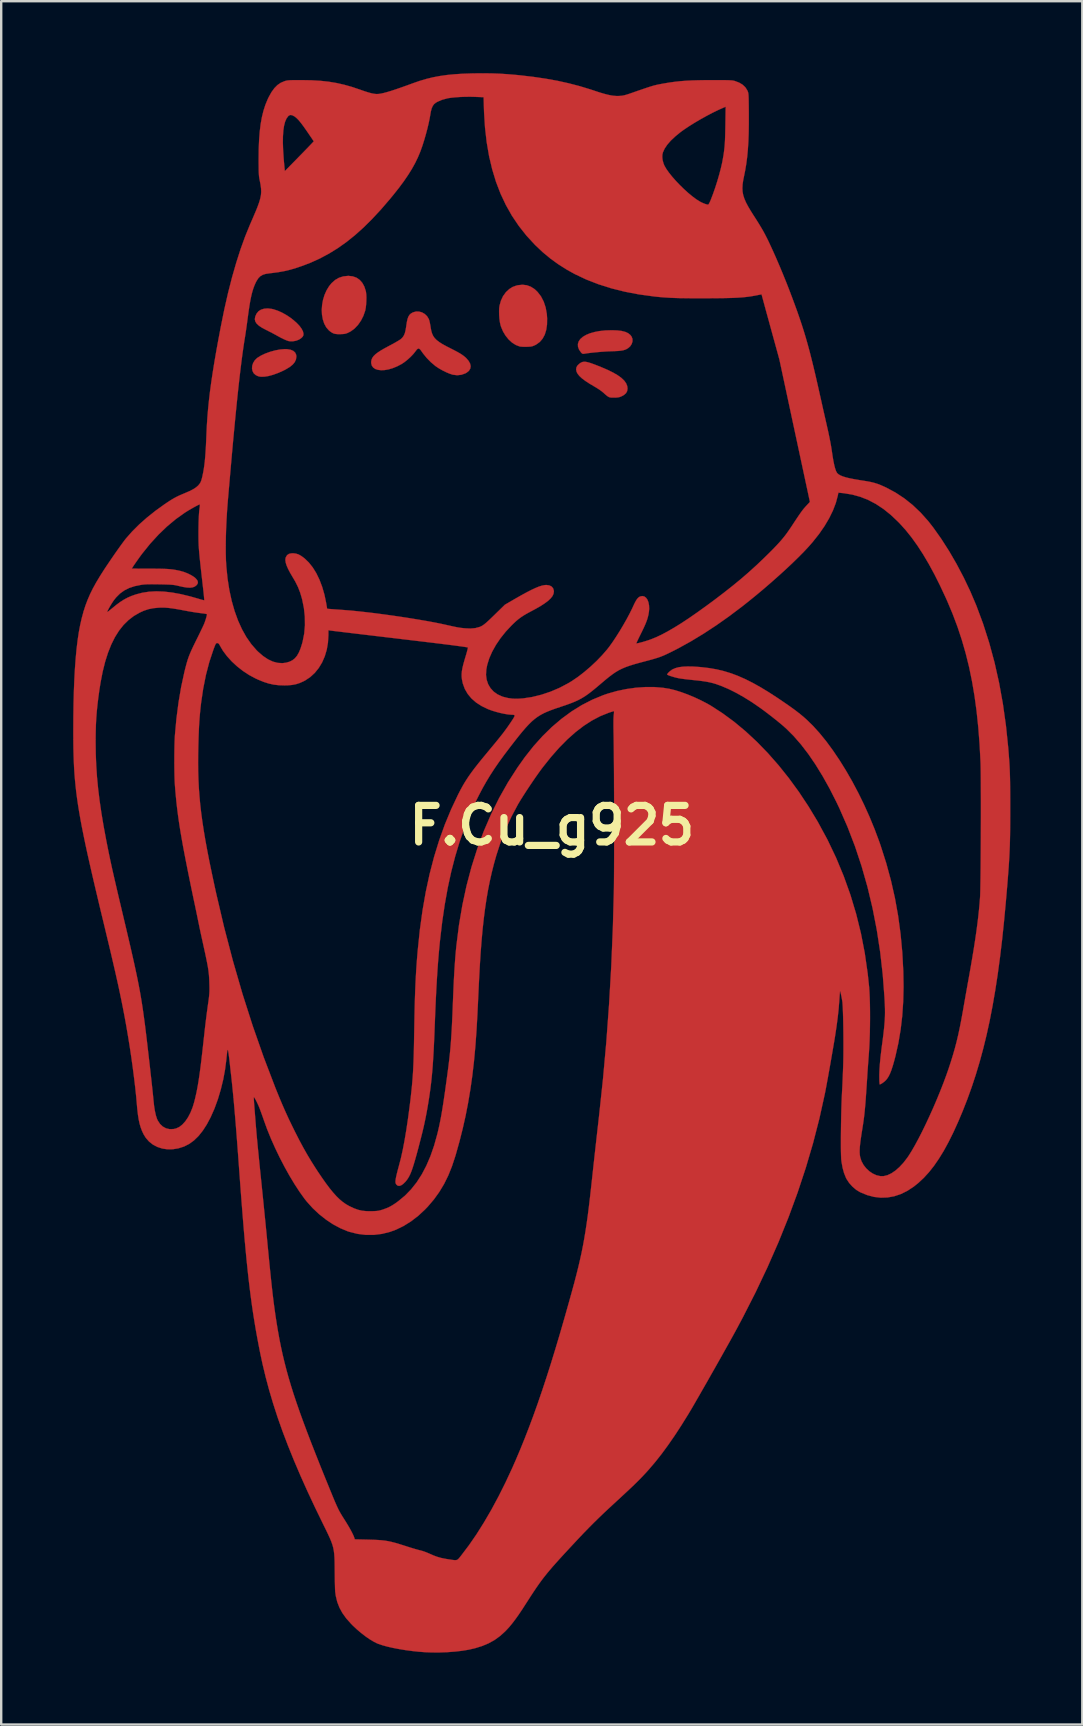
<source format=kicad_pcb>
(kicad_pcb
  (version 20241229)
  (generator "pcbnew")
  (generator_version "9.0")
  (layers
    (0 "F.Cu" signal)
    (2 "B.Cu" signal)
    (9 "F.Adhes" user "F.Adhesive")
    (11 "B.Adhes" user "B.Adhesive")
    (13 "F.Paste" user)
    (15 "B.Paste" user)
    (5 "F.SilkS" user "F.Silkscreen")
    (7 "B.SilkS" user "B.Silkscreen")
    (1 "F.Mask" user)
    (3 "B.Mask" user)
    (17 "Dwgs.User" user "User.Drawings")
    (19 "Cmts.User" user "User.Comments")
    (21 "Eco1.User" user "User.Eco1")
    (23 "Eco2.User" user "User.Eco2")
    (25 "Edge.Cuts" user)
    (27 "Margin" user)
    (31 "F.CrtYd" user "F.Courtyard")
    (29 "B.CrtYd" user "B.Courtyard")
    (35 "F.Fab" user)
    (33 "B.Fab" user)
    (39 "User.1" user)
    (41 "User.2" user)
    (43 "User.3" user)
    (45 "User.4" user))
  (footprint "F.Cu_g925"
    (layer "F.Cu")
    (at 19.949 31.35)
    (property "Reference" "F.Cu_g925" (at 0 0 0) (layer "F.SilkS") (effects (font (size 1.524 1.524) (thickness 0.3))))
    (attr through_hole)
    (fp_poly (pts (xy -11.034 -19.848) (xy -10.887 -19.824) (xy -10.775 -19.776) (xy -10.697 -19.705) (xy -10.655 -19.612) (xy -10.647 -19.534) (xy -10.665 -19.416) (xy -10.717 -19.306) (xy -10.805 -19.201) (xy -10.932 -19.1) (xy -11.099 -19) (xy -11.183 -18.957) (xy -11.404 -18.858) (xy -11.613 -18.782) (xy -11.807 -18.729) (xy -11.98 -18.701) (xy -12.129 -18.699) (xy -12.206 -18.71) (xy -12.27 -18.733) (xy -12.337 -18.767) (xy -12.343 -18.77) (xy -12.425 -18.843) (xy -12.475 -18.938) (xy -12.496 -19.046) (xy -12.486 -19.161) (xy -12.448 -19.275) (xy -12.381 -19.383) (xy -12.287 -19.476) (xy -12.276 -19.485) (xy -12.121 -19.581) (xy -11.938 -19.667) (xy -11.736 -19.74) (xy -11.527 -19.797) (xy -11.321 -19.835) (xy -11.131 -19.851) (xy -11.034 -19.848)) (stroke (width 0.01) (type solid)) (fill yes) (layer "F.Cu"))
    (fp_poly (pts (xy 2.718 -20.63) (xy 2.905 -20.608) (xy 3.058 -20.569) (xy 3.179 -20.514) (xy 3.271 -20.44) (xy 3.322 -20.374) (xy 3.36 -20.276) (xy 3.361 -20.17) (xy 3.328 -20.064) (xy 3.265 -19.967) (xy 3.178 -19.891) (xy 3.115 -19.853) (xy 3.05 -19.824) (xy 2.976 -19.802) (xy 2.885 -19.786) (xy 2.772 -19.774) (xy 2.629 -19.767) (xy 2.477 -19.761) (xy 2.292 -19.754) (xy 2.087 -19.74) (xy 1.876 -19.722) (xy 1.67 -19.701) (xy 1.481 -19.678) (xy 1.329 -19.654) (xy 1.284 -19.656) (xy 1.242 -19.683) (xy 1.215 -19.712) (xy 1.132 -19.834) (xy 1.09 -19.952) (xy 1.086 -20.064) (xy 1.119 -20.171) (xy 1.187 -20.27) (xy 1.288 -20.359) (xy 1.421 -20.439) (xy 1.583 -20.507) (xy 1.774 -20.562) (xy 1.99 -20.603) (xy 2.231 -20.629) (xy 2.493 -20.637) (xy 2.718 -20.63)) (stroke (width 0.01) (type solid)) (fill yes) (layer "F.Cu"))
    (fp_poly (pts (xy -11.666 -21.525) (xy -11.591 -21.507) (xy -11.421 -21.45) (xy -11.248 -21.373) (xy -11.079 -21.279) (xy -10.916 -21.173) (xy -10.766 -21.058) (xy -10.632 -20.939) (xy -10.518 -20.819) (xy -10.431 -20.701) (xy -10.373 -20.59) (xy -10.351 -20.489) (xy -10.351 -20.481) (xy -10.357 -20.423) (xy -10.38 -20.376) (xy -10.43 -20.322) (xy -10.431 -20.321) (xy -10.534 -20.249) (xy -10.662 -20.199) (xy -10.8 -20.175) (xy -10.935 -20.179) (xy -10.975 -20.187) (xy -11.056 -20.214) (xy -11.162 -20.26) (xy -11.285 -20.32) (xy -11.415 -20.39) (xy -11.441 -20.405) (xy -11.535 -20.457) (xy -11.652 -20.52) (xy -11.779 -20.585) (xy -11.9 -20.646) (xy -11.91 -20.651) (xy -12.081 -20.742) (xy -12.212 -20.829) (xy -12.304 -20.915) (xy -12.359 -21.003) (xy -12.379 -21.096) (xy -12.364 -21.197) (xy -12.318 -21.307) (xy -12.305 -21.33) (xy -12.227 -21.427) (xy -12.12 -21.495) (xy -11.988 -21.535) (xy -11.835 -21.546) (xy -11.666 -21.525)) (stroke (width 0.01) (type solid)) (fill yes) (layer "F.Cu"))
    (fp_poly (pts (xy -8.299 -22.883) (xy -8.144 -22.828) (xy -8.011 -22.737) (xy -7.9 -22.613) (xy -7.814 -22.456) (xy -7.754 -22.27) (xy -7.746 -22.23) (xy -7.734 -22.13) (xy -7.729 -22.001) (xy -7.732 -21.858) (xy -7.74 -21.713) (xy -7.755 -21.579) (xy -7.774 -21.47) (xy -7.779 -21.452) (xy -7.853 -21.238) (xy -7.954 -21.039) (xy -8.077 -20.862) (xy -8.218 -20.712) (xy -8.373 -20.596) (xy -8.441 -20.559) (xy -8.52 -20.521) (xy -8.585 -20.497) (xy -8.649 -20.484) (xy -8.729 -20.477) (xy -8.803 -20.475) (xy -8.934 -20.475) (xy -9.032 -20.485) (xy -9.096 -20.502) (xy -9.16 -20.534) (xy -9.236 -20.585) (xy -9.291 -20.63) (xy -9.401 -20.756) (xy -9.485 -20.91) (xy -9.544 -21.087) (xy -9.579 -21.28) (xy -9.589 -21.484) (xy -9.574 -21.694) (xy -9.536 -21.904) (xy -9.474 -22.108) (xy -9.389 -22.3) (xy -9.281 -22.476) (xy -9.183 -22.596) (xy -9.034 -22.73) (xy -8.871 -22.824) (xy -8.692 -22.881) (xy -8.493 -22.902) (xy -8.473 -22.902) (xy -8.299 -22.883)) (stroke (width 0.01) (type solid)) (fill yes) (layer "F.Cu"))
    (fp_poly (pts (xy -1.044 -22.512) (xy -0.875 -22.45) (xy -0.716 -22.348) (xy -0.595 -22.233) (xy -0.451 -22.045) (xy -0.339 -21.828) (xy -0.258 -21.585) (xy -0.21 -21.316) (xy -0.197 -21.135) (xy -0.201 -20.878) (xy -0.234 -20.65) (xy -0.296 -20.451) (xy -0.387 -20.284) (xy -0.505 -20.147) (xy -0.652 -20.041) (xy -0.69 -20.021) (xy -0.76 -19.989) (xy -0.819 -19.968) (xy -0.884 -19.956) (xy -0.967 -19.95) (xy -1.044 -19.947) (xy -1.145 -19.946) (xy -1.24 -19.95) (xy -1.315 -19.956) (xy -1.342 -19.961) (xy -1.503 -20.023) (xy -1.658 -20.121) (xy -1.801 -20.252) (xy -1.929 -20.41) (xy -2.037 -20.591) (xy -2.119 -20.788) (xy -2.138 -20.85) (xy -2.165 -20.971) (xy -2.185 -21.118) (xy -2.196 -21.276) (xy -2.199 -21.432) (xy -2.193 -21.571) (xy -2.181 -21.658) (xy -2.122 -21.87) (xy -2.034 -22.058) (xy -1.918 -22.218) (xy -1.903 -22.234) (xy -1.773 -22.354) (xy -1.637 -22.44) (xy -1.481 -22.497) (xy -1.413 -22.513) (xy -1.224 -22.533) (xy -1.044 -22.512)) (stroke (width 0.01) (type solid)) (fill yes) (layer "F.Cu"))
    (fp_poly (pts (xy 1.416 -19.32) (xy 1.503 -19.302) (xy 1.611 -19.27) (xy 1.744 -19.223) (xy 1.907 -19.16) (xy 2.064 -19.097) (xy 2.334 -18.981) (xy 2.563 -18.867) (xy 2.752 -18.756) (xy 2.904 -18.645) (xy 3.018 -18.535) (xy 3.097 -18.423) (xy 3.142 -18.309) (xy 3.154 -18.207) (xy 3.139 -18.102) (xy 3.092 -18.015) (xy 3.008 -17.941) (xy 2.935 -17.898) (xy 2.862 -17.865) (xy 2.795 -17.844) (xy 2.716 -17.833) (xy 2.628 -17.828) (xy 2.511 -17.828) (xy 2.427 -17.837) (xy 2.375 -17.853) (xy 2.326 -17.883) (xy 2.261 -17.933) (xy 2.19 -17.995) (xy 2.174 -18.011) (xy 2.078 -18.092) (xy 1.952 -18.181) (xy 1.807 -18.271) (xy 1.784 -18.284) (xy 1.571 -18.41) (xy 1.395 -18.526) (xy 1.255 -18.631) (xy 1.149 -18.729) (xy 1.075 -18.821) (xy 1.03 -18.909) (xy 1.013 -18.996) (xy 1.012 -19.006) (xy 1.026 -19.095) (xy 1.074 -19.174) (xy 1.159 -19.251) (xy 1.18 -19.266) (xy 1.232 -19.296) (xy 1.285 -19.316) (xy 1.345 -19.324) (xy 1.416 -19.32)) (stroke (width 0.01) (type solid)) (fill yes) (layer "F.Cu"))
    (fp_poly (pts (xy -5.535 -21.415) (xy -5.41 -21.38) (xy -5.296 -21.314) (xy -5.2 -21.222) (xy -5.129 -21.106) (xy -5.113 -21.062) (xy -5.096 -20.998) (xy -5.077 -20.908) (xy -5.058 -20.805) (xy -5.05 -20.749) (xy -5.026 -20.617) (xy -4.993 -20.503) (xy -4.948 -20.403) (xy -4.886 -20.313) (xy -4.803 -20.229) (xy -4.696 -20.146) (xy -4.561 -20.06) (xy -4.392 -19.967) (xy -4.233 -19.886) (xy -4.066 -19.801) (xy -3.93 -19.729) (xy -3.822 -19.667) (xy -3.734 -19.61) (xy -3.66 -19.555) (xy -3.594 -19.499) (xy -3.57 -19.477) (xy -3.468 -19.359) (xy -3.406 -19.245) (xy -3.383 -19.137) (xy -3.4 -19.036) (xy -3.457 -18.945) (xy -3.554 -18.867) (xy -3.605 -18.839) (xy -3.771 -18.78) (xy -3.946 -18.762) (xy -4.125 -18.783) (xy -4.137 -18.786) (xy -4.261 -18.827) (xy -4.405 -18.888) (xy -4.557 -18.963) (xy -4.705 -19.047) (xy -4.835 -19.133) (xy -4.861 -19.153) (xy -5.044 -19.307) (xy -5.217 -19.484) (xy -5.367 -19.669) (xy -5.41 -19.73) (xy -5.471 -19.816) (xy -5.521 -19.864) (xy -5.565 -19.875) (xy -5.61 -19.849) (xy -5.662 -19.788) (xy -5.682 -19.76) (xy -5.77 -19.649) (xy -5.884 -19.529) (xy -6.013 -19.411) (xy -6.144 -19.307) (xy -6.258 -19.231) (xy -6.444 -19.133) (xy -6.627 -19.058) (xy -6.802 -19.006) (xy -6.966 -18.977) (xy -7.116 -18.971) (xy -7.248 -18.986) (xy -7.359 -19.023) (xy -7.445 -19.082) (xy -7.503 -19.163) (xy -7.529 -19.264) (xy -7.529 -19.33) (xy -7.514 -19.41) (xy -7.482 -19.485) (xy -7.429 -19.559) (xy -7.352 -19.635) (xy -7.248 -19.714) (xy -7.114 -19.801) (xy -6.947 -19.897) (xy -6.751 -20.002) (xy -6.628 -20.067) (xy -6.512 -20.132) (xy -6.41 -20.192) (xy -6.33 -20.242) (xy -6.281 -20.278) (xy -6.279 -20.279) (xy -6.215 -20.346) (xy -6.164 -20.424) (xy -6.125 -20.519) (xy -6.095 -20.641) (xy -6.069 -20.797) (xy -6.066 -20.824) (xy -6.041 -20.985) (xy -6.013 -21.11) (xy -5.978 -21.205) (xy -5.933 -21.277) (xy -5.875 -21.332) (xy -5.8 -21.375) (xy -5.789 -21.381) (xy -5.664 -21.416) (xy -5.535 -21.415)) (stroke (width 0.01) (type solid)) (fill yes) (layer "F.Cu"))
    (fp_poly (pts (xy 5.889 -6.62) (xy 6.155 -6.602) (xy 6.255 -6.593) (xy 6.568 -6.555) (xy 6.871 -6.502) (xy 7.168 -6.431) (xy 7.463 -6.341) (xy 7.759 -6.23) (xy 8.063 -6.096) (xy 8.376 -5.938) (xy 8.705 -5.754) (xy 9.053 -5.542) (xy 9.424 -5.301) (xy 9.493 -5.254) (xy 9.725 -5.096) (xy 9.926 -4.956) (xy 10.101 -4.83) (xy 10.255 -4.713) (xy 10.393 -4.603) (xy 10.521 -4.495) (xy 10.604 -4.421) (xy 10.882 -4.151) (xy 11.161 -3.842) (xy 11.441 -3.497) (xy 11.718 -3.12) (xy 11.992 -2.714) (xy 12.26 -2.282) (xy 12.521 -1.828) (xy 12.772 -1.354) (xy 13.011 -0.865) (xy 13.237 -0.363) (xy 13.448 0.149) (xy 13.642 0.667) (xy 13.705 0.848) (xy 13.937 1.576) (xy 14.134 2.301) (xy 14.299 3.03) (xy 14.431 3.767) (xy 14.533 4.52) (xy 14.605 5.292) (xy 14.647 6.076) (xy 14.658 6.726) (xy 14.643 7.346) (xy 14.603 7.941) (xy 14.536 8.513) (xy 14.443 9.067) (xy 14.322 9.608) (xy 14.267 9.817) (xy 14.206 10.03) (xy 14.148 10.206) (xy 14.091 10.35) (xy 14.033 10.466) (xy 13.971 10.56) (xy 13.926 10.615) (xy 13.867 10.671) (xy 13.799 10.724) (xy 13.734 10.767) (xy 13.682 10.792) (xy 13.665 10.795) (xy 13.66 10.775) (xy 13.655 10.723) (xy 13.65 10.648) (xy 13.649 10.61) (xy 13.647 10.408) (xy 13.655 10.177) (xy 13.674 9.914) (xy 13.703 9.617) (xy 13.743 9.282) (xy 13.757 9.176) (xy 13.793 8.907) (xy 13.822 8.674) (xy 13.845 8.47) (xy 13.862 8.288) (xy 13.875 8.122) (xy 13.882 7.964) (xy 13.885 7.81) (xy 13.884 7.652) (xy 13.879 7.483) (xy 13.87 7.298) (xy 13.864 7.183) (xy 13.791 6.22) (xy 13.684 5.275) (xy 13.542 4.351) (xy 13.366 3.448) (xy 13.156 2.566) (xy 12.912 1.708) (xy 12.635 0.873) (xy 12.324 0.063) (xy 11.981 -0.721) (xy 11.854 -0.987) (xy 11.57 -1.545) (xy 11.281 -2.062) (xy 10.988 -2.538) (xy 10.691 -2.973) (xy 10.389 -3.367) (xy 10.083 -3.719) (xy 9.774 -4.029) (xy 9.721 -4.076) (xy 9.602 -4.181) (xy 9.455 -4.303) (xy 9.289 -4.437) (xy 9.112 -4.576) (xy 8.93 -4.715) (xy 8.753 -4.847) (xy 8.678 -4.901) (xy 8.34 -5.134) (xy 8.003 -5.344) (xy 7.671 -5.531) (xy 7.35 -5.69) (xy 7.045 -5.819) (xy 6.802 -5.904) (xy 6.683 -5.938) (xy 6.559 -5.967) (xy 6.422 -5.993) (xy 6.266 -6.016) (xy 6.082 -6.039) (xy 5.865 -6.061) (xy 5.831 -6.065) (xy 5.697 -6.079) (xy 5.562 -6.094) (xy 5.44 -6.11) (xy 5.341 -6.124) (xy 5.302 -6.131) (xy 5.207 -6.151) (xy 5.106 -6.177) (xy 5.007 -6.206) (xy 4.92 -6.234) (xy 4.852 -6.26) (xy 4.812 -6.28) (xy 4.805 -6.289) (xy 4.821 -6.324) (xy 4.864 -6.373) (xy 4.923 -6.427) (xy 4.99 -6.478) (xy 5.036 -6.506) (xy 5.153 -6.556) (xy 5.293 -6.593) (xy 5.461 -6.615) (xy 5.658 -6.624) (xy 5.889 -6.62)) (stroke (width 0.01) (type solid)) (fill yes) (layer "F.Cu"))
    (fp_poly (pts (xy -2.51 -31.341) (xy -2.174 -31.329) (xy -1.835 -31.307) (xy -1.481 -31.277) (xy -1.323 -31.261) (xy -0.773 -31.197) (xy -0.257 -31.121) (xy 0.232 -31.033) (xy 0.701 -30.929) (xy 1.156 -30.811) (xy 1.604 -30.675) (xy 1.743 -30.629) (xy 1.966 -30.555) (xy 2.156 -30.498) (xy 2.319 -30.455) (xy 2.461 -30.425) (xy 2.587 -30.407) (xy 2.703 -30.399) (xy 2.806 -30.401) (xy 2.884 -30.406) (xy 2.956 -30.416) (xy 3.031 -30.432) (xy 3.119 -30.456) (xy 3.229 -30.492) (xy 3.345 -30.532) (xy 3.559 -30.607) (xy 3.738 -30.668) (xy 3.886 -30.719) (xy 4.009 -30.76) (xy 4.112 -30.793) (xy 4.199 -30.819) (xy 4.276 -30.841) (xy 4.347 -30.858) (xy 4.417 -30.874) (xy 4.491 -30.888) (xy 4.498 -30.89) (xy 4.723 -30.931) (xy 4.938 -30.966) (xy 5.149 -30.994) (xy 5.363 -31.017) (xy 5.586 -31.034) (xy 5.825 -31.047) (xy 6.088 -31.055) (xy 6.379 -31.06) (xy 6.678 -31.061) (xy 6.89 -31.061) (xy 7.065 -31.061) (xy 7.206 -31.06) (xy 7.318 -31.058) (xy 7.407 -31.055) (xy 7.475 -31.051) (xy 7.529 -31.045) (xy 7.572 -31.038) (xy 7.609 -31.029) (xy 7.63 -31.023) (xy 7.809 -30.955) (xy 7.951 -30.87) (xy 8.062 -30.765) (xy 8.144 -30.638) (xy 8.153 -30.618) (xy 8.166 -30.59) (xy 8.175 -30.563) (xy 8.184 -30.532) (xy 8.19 -30.492) (xy 8.195 -30.439) (xy 8.199 -30.369) (xy 8.202 -30.278) (xy 8.204 -30.161) (xy 8.206 -30.013) (xy 8.208 -29.832) (xy 8.209 -29.654) (xy 8.209 -29.231) (xy 8.203 -28.844) (xy 8.19 -28.49) (xy 8.169 -28.164) (xy 8.141 -27.861) (xy 8.104 -27.576) (xy 8.059 -27.305) (xy 8.013 -27.077) (xy 7.974 -26.884) (xy 7.95 -26.714) (xy 7.941 -26.558) (xy 7.949 -26.411) (xy 7.976 -26.267) (xy 8.023 -26.12) (xy 8.091 -25.963) (xy 8.182 -25.791) (xy 8.298 -25.596) (xy 8.402 -25.431) (xy 8.53 -25.232) (xy 8.637 -25.06) (xy 8.729 -24.908) (xy 8.81 -24.768) (xy 8.883 -24.633) (xy 8.954 -24.495) (xy 9.027 -24.347) (xy 9.06 -24.277) (xy 9.199 -23.977) (xy 9.346 -23.648) (xy 9.495 -23.302) (xy 9.641 -22.951) (xy 9.78 -22.607) (xy 9.88 -22.352) (xy 10.006 -22.02) (xy 10.121 -21.711) (xy 10.227 -21.419) (xy 10.324 -21.139) (xy 10.415 -20.868) (xy 10.501 -20.599) (xy 10.583 -20.327) (xy 10.662 -20.049) (xy 10.741 -19.759) (xy 10.819 -19.452) (xy 10.9 -19.124) (xy 10.984 -18.769) (xy 11.073 -18.382) (xy 11.168 -17.959) (xy 11.175 -17.928) (xy 11.222 -17.719) (xy 11.272 -17.494) (xy 11.324 -17.263) (xy 11.376 -17.036) (xy 11.424 -16.824) (xy 11.466 -16.638) (xy 11.483 -16.563) (xy 11.522 -16.389) (xy 11.559 -16.21) (xy 11.595 -16.034) (xy 11.625 -15.872) (xy 11.649 -15.734) (xy 11.663 -15.642) (xy 11.7 -15.392) (xy 11.735 -15.182) (xy 11.771 -15.01) (xy 11.807 -14.873) (xy 11.843 -14.771) (xy 11.881 -14.699) (xy 11.9 -14.675) (xy 11.956 -14.627) (xy 12.033 -14.583) (xy 12.134 -14.542) (xy 12.263 -14.502) (xy 12.423 -14.464) (xy 12.618 -14.426) (xy 12.85 -14.387) (xy 12.939 -14.373) (xy 13.133 -14.342) (xy 13.295 -14.311) (xy 13.437 -14.276) (xy 13.568 -14.235) (xy 13.7 -14.185) (xy 13.843 -14.122) (xy 13.938 -14.078) (xy 14.323 -13.871) (xy 14.689 -13.63) (xy 15.036 -13.353) (xy 15.367 -13.039) (xy 15.683 -12.686) (xy 15.893 -12.418) (xy 16.229 -11.943) (xy 16.555 -11.434) (xy 16.867 -10.896) (xy 17.162 -10.336) (xy 17.436 -9.761) (xy 17.685 -9.177) (xy 17.69 -9.165) (xy 17.974 -8.402) (xy 18.227 -7.611) (xy 18.449 -6.792) (xy 18.639 -5.944) (xy 18.798 -5.067) (xy 18.925 -4.163) (xy 19.021 -3.23) (xy 19.027 -3.154) (xy 19.042 -2.964) (xy 19.055 -2.79) (xy 19.067 -2.627) (xy 19.076 -2.469) (xy 19.083 -2.311) (xy 19.089 -2.149) (xy 19.094 -1.977) (xy 19.098 -1.79) (xy 19.1 -1.583) (xy 19.102 -1.35) (xy 19.103 -1.087) (xy 19.103 -0.788) (xy 19.103 -0.699) (xy 19.103 -0.384) (xy 19.102 -0.099) (xy 19.1 0.161) (xy 19.097 0.402) (xy 19.092 0.629) (xy 19.086 0.847) (xy 19.077 1.062) (xy 19.067 1.278) (xy 19.054 1.501) (xy 19.039 1.737) (xy 19.02 1.99) (xy 18.999 2.265) (xy 18.974 2.569) (xy 18.945 2.905) (xy 18.922 3.175) (xy 18.846 3.989) (xy 18.765 4.763) (xy 18.677 5.501) (xy 18.582 6.204) (xy 18.479 6.875) (xy 18.368 7.517) (xy 18.249 8.133) (xy 18.12 8.724) (xy 17.981 9.293) (xy 17.832 9.844) (xy 17.672 10.378) (xy 17.501 10.898) (xy 17.318 11.407) (xy 17.122 11.907) (xy 16.939 12.34) (xy 16.737 12.785) (xy 16.536 13.19) (xy 16.336 13.557) (xy 16.133 13.888) (xy 15.928 14.186) (xy 15.718 14.452) (xy 15.502 14.688) (xy 15.279 14.897) (xy 15.085 15.053) (xy 14.818 15.229) (xy 14.546 15.363) (xy 14.269 15.456) (xy 13.99 15.506) (xy 13.707 15.515) (xy 13.423 15.482) (xy 13.137 15.406) (xy 12.851 15.288) (xy 12.848 15.287) (xy 12.684 15.187) (xy 12.529 15.055) (xy 12.391 14.901) (xy 12.282 14.735) (xy 12.259 14.69) (xy 12.179 14.493) (xy 12.118 14.273) (xy 12.073 14.022) (xy 12.063 13.943) (xy 12.057 13.863) (xy 12.053 13.747) (xy 12.049 13.597) (xy 12.047 13.42) (xy 12.047 13.22) (xy 12.047 13.002) (xy 12.049 12.77) (xy 12.052 12.53) (xy 12.056 12.286) (xy 12.061 12.043) (xy 12.067 11.807) (xy 12.074 11.581) (xy 12.082 11.371) (xy 12.091 11.181) (xy 12.095 11.095) (xy 12.106 10.899) (xy 12.116 10.677) (xy 12.126 10.441) (xy 12.135 10.206) (xy 12.143 9.987) (xy 12.146 9.867) (xy 12.15 9.688) (xy 12.152 9.49) (xy 12.153 9.275) (xy 12.153 9.051) (xy 12.152 8.82) (xy 12.15 8.59) (xy 12.147 8.364) (xy 12.143 8.148) (xy 12.138 7.946) (xy 12.132 7.764) (xy 12.126 7.607) (xy 12.119 7.48) (xy 12.112 7.387) (xy 12.108 7.355) (xy 12.093 7.258) (xy 12.075 7.159) (xy 12.056 7.066) (xy 12.038 6.987) (xy 12.023 6.931) (xy 12.013 6.905) (xy 12.011 6.905) (xy 12.007 6.928) (xy 12.002 6.985) (xy 11.995 7.072) (xy 11.987 7.18) (xy 11.98 7.293) (xy 11.954 7.632) (xy 11.914 8.004) (xy 11.861 8.405) (xy 11.797 8.826) (xy 11.779 8.936) (xy 11.734 9.201) (xy 11.687 9.473) (xy 11.64 9.745) (xy 11.593 10.013) (xy 11.547 10.271) (xy 11.504 10.513) (xy 11.463 10.734) (xy 11.427 10.929) (xy 11.396 11.092) (xy 11.375 11.197) (xy 11.149 12.22) (xy 10.886 13.243) (xy 10.584 14.268) (xy 10.244 15.296) (xy 9.865 16.328) (xy 9.447 17.365) (xy 8.989 18.408) (xy 8.491 19.459) (xy 7.952 20.518) (xy 7.73 20.934) (xy 7.651 21.08) (xy 7.555 21.255) (xy 7.445 21.454) (xy 7.323 21.673) (xy 7.191 21.908) (xy 7.053 22.155) (xy 6.909 22.41) (xy 6.763 22.669) (xy 6.616 22.927) (xy 6.472 23.182) (xy 6.331 23.428) (xy 6.197 23.662) (xy 6.072 23.88) (xy 5.958 24.078) (xy 5.858 24.251) (xy 5.772 24.396) (xy 5.705 24.508) (xy 5.697 24.522) (xy 5.405 24.992) (xy 5.123 25.424) (xy 4.849 25.821) (xy 4.581 26.186) (xy 4.317 26.521) (xy 4.054 26.83) (xy 3.922 26.977) (xy 3.82 27.086) (xy 3.717 27.194) (xy 3.609 27.304) (xy 3.493 27.419) (xy 3.364 27.544) (xy 3.218 27.682) (xy 3.052 27.837) (xy 2.862 28.013) (xy 2.667 28.193) (xy 2.406 28.434) (xy 2.171 28.654) (xy 1.954 28.862) (xy 1.748 29.064) (xy 1.546 29.267) (xy 1.341 29.478) (xy 1.125 29.705) (xy 0.945 29.898) (xy 0.715 30.145) (xy 0.512 30.364) (xy 0.332 30.561) (xy 0.173 30.738) (xy 0.03 30.899) (xy -0.098 31.049) (xy -0.215 31.19) (xy -0.324 31.327) (xy -0.428 31.463) (xy -0.529 31.602) (xy -0.631 31.748) (xy -0.737 31.905) (xy -0.85 32.076) (xy -0.972 32.265) (xy -1.09 32.448) (xy -1.251 32.698) (xy -1.397 32.914) (xy -1.531 33.101) (xy -1.656 33.264) (xy -1.775 33.408) (xy -1.893 33.537) (xy -1.947 33.592) (xy -2.159 33.784) (xy -2.386 33.948) (xy -2.631 34.085) (xy -2.901 34.199) (xy -3.2 34.292) (xy -3.464 34.353) (xy -3.736 34.398) (xy -4.039 34.433) (xy -4.361 34.457) (xy -4.693 34.469) (xy -5.024 34.468) (xy -5.264 34.459) (xy -5.534 34.439) (xy -5.811 34.41) (xy -6.088 34.373) (xy -6.357 34.329) (xy -6.613 34.28) (xy -6.848 34.227) (xy -7.056 34.17) (xy -7.23 34.111) (xy -7.27 34.096) (xy -7.418 34.023) (xy -7.586 33.923) (xy -7.765 33.799) (xy -7.949 33.657) (xy -8.13 33.503) (xy -8.303 33.341) (xy -8.371 33.271) (xy -8.57 33.047) (xy -8.73 32.824) (xy -8.853 32.598) (xy -8.944 32.362) (xy -9.005 32.11) (xy -9.029 31.941) (xy -9.032 31.887) (xy -9.036 31.796) (xy -9.039 31.676) (xy -9.043 31.532) (xy -9.045 31.371) (xy -9.047 31.199) (xy -9.048 31.105) (xy -9.05 30.873) (xy -9.053 30.676) (xy -9.059 30.507) (xy -9.07 30.359) (xy -9.087 30.227) (xy -9.111 30.102) (xy -9.145 29.98) (xy -9.19 29.853) (xy -9.247 29.715) (xy -9.318 29.559) (xy -9.404 29.379) (xy -9.508 29.169) (xy -9.519 29.146) (xy -9.865 28.434) (xy -10.185 27.751) (xy -10.479 27.094) (xy -10.75 26.46) (xy -10.997 25.848) (xy -11.223 25.253) (xy -11.428 24.673) (xy -11.612 24.105) (xy -11.778 23.546) (xy -11.926 22.993) (xy -12.058 22.443) (xy -12.159 21.97) (xy -12.223 21.643) (xy -12.284 21.319) (xy -12.342 20.996) (xy -12.396 20.672) (xy -12.448 20.343) (xy -12.498 20.006) (xy -12.545 19.659) (xy -12.591 19.299) (xy -12.636 18.923) (xy -12.679 18.528) (xy -12.722 18.113) (xy -12.764 17.673) (xy -12.807 17.206) (xy -12.849 16.709) (xy -12.892 16.18) (xy -12.936 15.616) (xy -12.982 15.014) (xy -13.007 14.668) (xy -13.041 14.202) (xy -13.072 13.774) (xy -13.102 13.382) (xy -13.129 13.022) (xy -13.155 12.692) (xy -13.179 12.387) (xy -13.203 12.105) (xy -13.225 11.843) (xy -13.247 11.596) (xy -13.268 11.363) (xy -13.27 11.35) (xy -12.423 11.35) (xy -12.422 11.38) (xy -12.42 11.427) (xy -12.415 11.494) (xy -12.409 11.586) (xy -12.4 11.706) (xy -12.388 11.858) (xy -12.373 12.046) (xy -12.36 12.213) (xy -12.347 12.38) (xy -12.334 12.543) (xy -12.32 12.704) (xy -12.306 12.869) (xy -12.29 13.042) (xy -12.273 13.225) (xy -12.254 13.425) (xy -12.232 13.643) (xy -12.208 13.886) (xy -12.181 14.157) (xy -12.15 14.459) (xy -12.115 14.797) (xy -12.097 14.975) (xy -12.068 15.258) (xy -12.036 15.57) (xy -12.003 15.9) (xy -11.969 16.239) (xy -11.935 16.578) (xy -11.903 16.905) (xy -11.873 17.211) (xy -11.847 17.486) (xy -11.843 17.526) (xy -11.804 17.931) (xy -11.768 18.298) (xy -11.734 18.63) (xy -11.703 18.932) (xy -11.673 19.207) (xy -11.645 19.459) (xy -11.617 19.692) (xy -11.59 19.91) (xy -11.562 20.117) (xy -11.534 20.316) (xy -11.525 20.384) (xy -11.472 20.731) (xy -11.416 21.068) (xy -11.357 21.396) (xy -11.293 21.717) (xy -11.224 22.036) (xy -11.148 22.355) (xy -11.066 22.677) (xy -10.975 23.005) (xy -10.875 23.342) (xy -10.766 23.69) (xy -10.645 24.053) (xy -10.513 24.434) (xy -10.368 24.834) (xy -10.21 25.258) (xy -10.038 25.709) (xy -9.85 26.188) (xy -9.647 26.7) (xy -9.426 27.247) (xy -9.393 27.326) (xy -9.293 27.572) (xy -9.207 27.783) (xy -9.133 27.963) (xy -9.07 28.115) (xy -9.015 28.243) (xy -8.967 28.352) (xy -8.924 28.445) (xy -8.884 28.527) (xy -8.845 28.6) (xy -8.806 28.669) (xy -8.765 28.739) (xy -8.72 28.812) (xy -8.668 28.893) (xy -8.655 28.914) (xy -8.549 29.083) (xy -8.453 29.244) (xy -8.37 29.392) (xy -8.304 29.52) (xy -8.256 29.624) (xy -8.236 29.678) (xy -8.212 29.754) (xy -7.656 29.767) (xy -7.446 29.773) (xy -7.265 29.781) (xy -7.107 29.792) (xy -6.963 29.808) (xy -6.824 29.83) (xy -6.683 29.861) (xy -6.531 29.9) (xy -6.361 29.95) (xy -6.163 30.012) (xy -6.032 30.054) (xy -5.898 30.097) (xy -5.767 30.137) (xy -5.646 30.172) (xy -5.548 30.199) (xy -5.485 30.214) (xy -5.4 30.237) (xy -5.292 30.273) (xy -5.179 30.318) (xy -5.104 30.35) (xy -4.931 30.426) (xy -4.777 30.483) (xy -4.628 30.526) (xy -4.466 30.56) (xy -4.391 30.573) (xy -4.246 30.596) (xy -4.136 30.613) (xy -4.054 30.622) (xy -3.993 30.621) (xy -3.946 30.608) (xy -3.907 30.582) (xy -3.867 30.54) (xy -3.82 30.482) (xy -3.769 30.417) (xy -3.456 30.003) (xy -3.143 29.549) (xy -2.833 29.057) (xy -2.526 28.531) (xy -2.225 27.972) (xy -1.93 27.383) (xy -1.643 26.766) (xy -1.501 26.443) (xy -1.314 26.001) (xy -1.13 25.547) (xy -0.948 25.078) (xy -0.767 24.593) (xy -0.587 24.088) (xy -0.406 23.56) (xy -0.224 23.008) (xy -0.039 22.428) (xy 0.148 21.818) (xy 0.34 21.175) (xy 0.536 20.497) (xy 0.738 19.782) (xy 0.844 19.399) (xy 0.939 19.05) (xy 1.024 18.723) (xy 1.102 18.412) (xy 1.172 18.112) (xy 1.237 17.818) (xy 1.296 17.524) (xy 1.35 17.226) (xy 1.401 16.919) (xy 1.45 16.596) (xy 1.498 16.253) (xy 1.545 15.884) (xy 1.592 15.484) (xy 1.641 15.049) (xy 1.65 14.965) (xy 1.692 14.583) (xy 1.734 14.195) (xy 1.777 13.807) (xy 1.819 13.426) (xy 1.86 13.06) (xy 1.899 12.714) (xy 1.935 12.396) (xy 1.967 12.113) (xy 1.968 12.101) (xy 2.132 10.565) (xy 2.271 9.019) (xy 2.385 7.457) (xy 2.476 5.875) (xy 2.543 4.266) (xy 2.584 2.773) (xy 2.587 2.606) (xy 2.589 2.401) (xy 2.591 2.161) (xy 2.593 1.891) (xy 2.594 1.593) (xy 2.596 1.272) (xy 2.596 0.932) (xy 2.597 0.576) (xy 2.597 0.208) (xy 2.596 -0.168) (xy 2.596 -0.548) (xy 2.595 -0.929) (xy 2.594 -1.306) (xy 2.592 -1.676) (xy 2.591 -2.035) (xy 2.589 -2.38) (xy 2.586 -2.705) (xy 2.584 -3.009) (xy 2.581 -3.286) (xy 2.578 -3.533) (xy 2.575 -3.746) (xy 2.571 -3.922) (xy 2.571 -3.958) (xy 2.568 -4.106) (xy 2.568 -4.25) (xy 2.569 -4.383) (xy 2.572 -4.494) (xy 2.578 -4.573) (xy 2.578 -4.583) (xy 2.587 -4.662) (xy 2.591 -4.724) (xy 2.592 -4.757) (xy 2.591 -4.76) (xy 2.569 -4.757) (xy 2.516 -4.742) (xy 2.439 -4.718) (xy 2.356 -4.689) (xy 2.013 -4.551) (xy 1.671 -4.371) (xy 1.33 -4.151) (xy 0.99 -3.89) (xy 0.649 -3.587) (xy 0.309 -3.243) (xy -0.032 -2.856) (xy -0.374 -2.428) (xy -0.441 -2.339) (xy -0.548 -2.192) (xy -0.669 -2.021) (xy -0.798 -1.833) (xy -0.93 -1.637) (xy -1.06 -1.441) (xy -1.182 -1.251) (xy -1.292 -1.077) (xy -1.384 -0.925) (xy -1.417 -0.868) (xy -1.686 -0.362) (xy -1.93 0.172) (xy -2.144 0.724) (xy -2.317 1.259) (xy -2.415 1.607) (xy -2.504 1.959) (xy -2.585 2.318) (xy -2.659 2.689) (xy -2.725 3.074) (xy -2.785 3.476) (xy -2.839 3.9) (xy -2.888 4.349) (xy -2.931 4.826) (xy -2.97 5.334) (xy -3.004 5.878) (xy -3.035 6.46) (xy -3.037 6.498) (xy -3.047 6.704) (xy -3.058 6.939) (xy -3.07 7.187) (xy -3.081 7.436) (xy -3.093 7.671) (xy -3.101 7.853) (xy -3.14 8.546) (xy -3.187 9.202) (xy -3.245 9.827) (xy -3.314 10.424) (xy -3.395 11) (xy -3.489 11.558) (xy -3.595 12.103) (xy -3.716 12.641) (xy -3.851 13.176) (xy -4.002 13.713) (xy -4.023 13.784) (xy -4.162 14.205) (xy -4.317 14.591) (xy -4.493 14.947) (xy -4.691 15.277) (xy -4.915 15.588) (xy -5.166 15.883) (xy -5.287 16.01) (xy -5.571 16.273) (xy -5.868 16.501) (xy -6.175 16.693) (xy -6.49 16.847) (xy -6.744 16.94) (xy -7.079 17.024) (xy -7.418 17.066) (xy -7.758 17.066) (xy -8.096 17.024) (xy -8.43 16.941) (xy -8.524 16.91) (xy -8.823 16.784) (xy -9.123 16.622) (xy -9.417 16.426) (xy -9.7 16.202) (xy -9.965 15.953) (xy -10.207 15.685) (xy -10.306 15.561) (xy -10.512 15.273) (xy -10.723 14.95) (xy -10.934 14.6) (xy -11.141 14.228) (xy -11.341 13.843) (xy -11.53 13.45) (xy -11.705 13.058) (xy -11.862 12.672) (xy -11.994 12.309) (xy -12.042 12.171) (xy -12.091 12.033) (xy -12.137 11.906) (xy -12.177 11.799) (xy -12.206 11.727) (xy -12.247 11.632) (xy -12.292 11.538) (xy -12.335 11.452) (xy -12.374 11.383) (xy -12.403 11.338) (xy -12.418 11.324) (xy -12.421 11.326) (xy -12.422 11.333) (xy -12.423 11.35) (xy -13.27 11.35) (xy -13.29 11.139) (xy -13.312 10.921) (xy -13.334 10.706) (xy -13.357 10.491) (xy -13.378 10.308) (xy -13.404 10.08) (xy -13.425 9.89) (xy -13.443 9.735) (xy -13.458 9.613) (xy -13.471 9.519) (xy -13.481 9.45) (xy -13.489 9.402) (xy -13.496 9.373) (xy -13.502 9.359) (xy -13.506 9.356) (xy -13.514 9.36) (xy -13.521 9.377) (xy -13.528 9.411) (xy -13.536 9.467) (xy -13.545 9.552) (xy -13.557 9.669) (xy -13.568 9.778) (xy -13.62 10.179) (xy -13.697 10.594) (xy -13.798 11.008) (xy -13.918 11.41) (xy -14.055 11.786) (xy -14.066 11.814) (xy -14.218 12.158) (xy -14.379 12.461) (xy -14.548 12.723) (xy -14.726 12.946) (xy -14.914 13.129) (xy -15.112 13.273) (xy -15.321 13.38) (xy -15.331 13.384) (xy -15.565 13.459) (xy -15.796 13.496) (xy -16.022 13.499) (xy -16.238 13.467) (xy -16.44 13.401) (xy -16.625 13.304) (xy -16.788 13.175) (xy -16.926 13.017) (xy -17.014 12.874) (xy -17.08 12.734) (xy -17.135 12.589) (xy -17.181 12.432) (xy -17.219 12.256) (xy -17.25 12.055) (xy -17.277 11.822) (xy -17.293 11.642) (xy -17.323 11.299) (xy -17.363 10.923) (xy -17.411 10.522) (xy -17.465 10.102) (xy -17.525 9.671) (xy -17.59 9.237) (xy -17.659 8.809) (xy -17.708 8.52) (xy -17.752 8.266) (xy -17.797 8.018) (xy -17.844 7.772) (xy -17.892 7.524) (xy -17.943 7.272) (xy -17.997 7.011) (xy -18.055 6.737) (xy -18.119 6.449) (xy -18.188 6.141) (xy -18.264 5.811) (xy -18.347 5.454) (xy -18.438 5.068) (xy -18.539 4.648) (xy -18.648 4.192) (xy -18.671 4.096) (xy -18.811 3.518) (xy -18.939 2.979) (xy -19.058 2.475) (xy -19.167 2.006) (xy -19.267 1.567) (xy -19.359 1.158) (xy -19.442 0.774) (xy -19.516 0.414) (xy -19.584 0.076) (xy -19.644 -0.243) (xy -19.697 -0.546) (xy -19.744 -0.835) (xy -19.785 -1.113) (xy -19.82 -1.381) (xy -19.849 -1.643) (xy -19.874 -1.901) (xy -19.895 -2.156) (xy -19.911 -2.413) (xy -19.923 -2.672) (xy -19.932 -2.938) (xy -19.939 -3.211) (xy -19.942 -3.461) (xy -19.014 -3.461) (xy -19.008 -2.981) (xy -18.989 -2.504) (xy -18.957 -2.024) (xy -18.91 -1.534) (xy -18.848 -1.029) (xy -18.771 -0.503) (xy -18.678 0.05) (xy -18.571 0.624) (xy -18.536 0.801) (xy -18.503 0.969) (xy -18.47 1.132) (xy -18.436 1.293) (xy -18.402 1.457) (xy -18.365 1.626) (xy -18.326 1.805) (xy -18.282 1.997) (xy -18.235 2.205) (xy -18.182 2.434) (xy -18.123 2.687) (xy -18.058 2.967) (xy -17.984 3.278) (xy -17.902 3.624) (xy -17.833 3.916) (xy -17.732 4.342) (xy -17.641 4.731) (xy -17.558 5.086) (xy -17.484 5.411) (xy -17.417 5.708) (xy -17.357 5.983) (xy -17.303 6.238) (xy -17.254 6.476) (xy -17.21 6.702) (xy -17.169 6.919) (xy -17.132 7.131) (xy -17.097 7.341) (xy -17.064 7.552) (xy -17.032 7.769) (xy -17.001 7.995) (xy -16.969 8.233) (xy -16.967 8.244) (xy -16.952 8.362) (xy -16.934 8.511) (xy -16.912 8.688) (xy -16.888 8.888) (xy -16.863 9.105) (xy -16.836 9.337) (xy -16.808 9.577) (xy -16.78 9.821) (xy -16.752 10.064) (xy -16.726 10.303) (xy -16.7 10.531) (xy -16.676 10.746) (xy -16.655 10.94) (xy -16.637 11.111) (xy -16.622 11.254) (xy -16.611 11.363) (xy -16.605 11.43) (xy -16.579 11.676) (xy -16.545 11.894) (xy -16.504 12.081) (xy -16.455 12.232) (xy -16.424 12.3) (xy -16.33 12.443) (xy -16.214 12.552) (xy -16.079 12.625) (xy -15.93 12.66) (xy -15.769 12.655) (xy -15.663 12.631) (xy -15.529 12.57) (xy -15.399 12.469) (xy -15.276 12.333) (xy -15.162 12.165) (xy -15.06 11.969) (xy -14.971 11.747) (xy -14.911 11.551) (xy -14.875 11.411) (xy -14.842 11.271) (xy -14.81 11.128) (xy -14.78 10.977) (xy -14.751 10.815) (xy -14.722 10.639) (xy -14.693 10.446) (xy -14.663 10.231) (xy -14.632 9.993) (xy -14.6 9.727) (xy -14.565 9.429) (xy -14.528 9.097) (xy -14.487 8.727) (xy -14.477 8.636) (xy -14.456 8.444) (xy -14.431 8.232) (xy -14.404 8.013) (xy -14.377 7.802) (xy -14.351 7.612) (xy -14.338 7.514) (xy -14.314 7.348) (xy -14.296 7.214) (xy -14.283 7.104) (xy -14.275 7.008) (xy -14.27 6.916) (xy -14.269 6.82) (xy -14.27 6.71) (xy -14.273 6.593) (xy -14.277 6.464) (xy -14.283 6.345) (xy -14.291 6.232) (xy -14.303 6.119) (xy -14.319 5.999) (xy -14.34 5.869) (xy -14.368 5.721) (xy -14.402 5.552) (xy -14.443 5.355) (xy -14.494 5.124) (xy -14.519 5.011) (xy -14.556 4.84) (xy -14.593 4.673) (xy -14.627 4.518) (xy -14.656 4.382) (xy -14.68 4.27) (xy -14.696 4.19) (xy -14.7 4.17) (xy -14.713 4.108) (xy -14.733 4.011) (xy -14.759 3.884) (xy -14.79 3.733) (xy -14.825 3.564) (xy -14.863 3.383) (xy -14.902 3.197) (xy -14.905 3.186) (xy -15.005 2.707) (xy -15.096 2.266) (xy -15.178 1.86) (xy -15.252 1.486) (xy -15.319 1.14) (xy -15.379 0.82) (xy -15.432 0.522) (xy -15.48 0.242) (xy -15.522 -0.021) (xy -15.559 -0.272) (xy -15.592 -0.514) (xy -15.621 -0.749) (xy -15.647 -0.981) (xy -15.67 -1.213) (xy -15.691 -1.449) (xy -15.708 -1.662) (xy -15.717 -1.808) (xy -15.724 -1.989) (xy -15.729 -2.196) (xy -15.732 -2.421) (xy -15.733 -2.601) (xy -14.743 -2.601) (xy -14.74 -2.251) (xy -14.729 -1.907) (xy -14.712 -1.566) (xy -14.687 -1.224) (xy -14.655 -0.876) (xy -14.614 -0.52) (xy -14.564 -0.152) (xy -14.505 0.233) (xy -14.437 0.637) (xy -14.358 1.065) (xy -14.269 1.52) (xy -14.168 2.006) (xy -14.057 2.527) (xy -13.989 2.836) (xy -13.656 4.256) (xy -13.291 5.649) (xy -12.895 7.016) (xy -12.467 8.354) (xy -12.008 9.665) (xy -11.518 10.947) (xy -11.498 10.996) (xy -11.361 11.333) (xy -11.231 11.642) (xy -11.103 11.933) (xy -10.972 12.22) (xy -10.831 12.512) (xy -10.707 12.764) (xy -10.532 13.107) (xy -10.364 13.421) (xy -10.198 13.714) (xy -10.028 13.998) (xy -9.849 14.281) (xy -9.769 14.404) (xy -9.584 14.678) (xy -9.416 14.917) (xy -9.26 15.124) (xy -9.115 15.302) (xy -8.978 15.454) (xy -8.846 15.583) (xy -8.716 15.692) (xy -8.586 15.783) (xy -8.453 15.86) (xy -8.424 15.875) (xy -8.241 15.96) (xy -8.075 16.02) (xy -7.912 16.058) (xy -7.739 16.076) (xy -7.541 16.08) (xy -7.514 16.079) (xy -7.391 16.075) (xy -7.297 16.069) (xy -7.219 16.058) (xy -7.146 16.041) (xy -7.063 16.016) (xy -7.027 16.004) (xy -6.894 15.955) (xy -6.775 15.903) (xy -6.661 15.84) (xy -6.539 15.762) (xy -6.398 15.66) (xy -6.121 15.431) (xy -5.866 15.169) (xy -5.633 14.875) (xy -5.421 14.546) (xy -5.23 14.182) (xy -5.059 13.783) (xy -4.908 13.348) (xy -4.776 12.875) (xy -4.761 12.816) (xy -4.725 12.663) (xy -4.691 12.511) (xy -4.659 12.356) (xy -4.627 12.193) (xy -4.596 12.019) (xy -4.564 11.828) (xy -4.53 11.617) (xy -4.495 11.382) (xy -4.456 11.118) (xy -4.415 10.821) (xy -4.369 10.487) (xy -4.362 10.435) (xy -4.33 10.195) (xy -4.301 9.971) (xy -4.276 9.759) (xy -4.253 9.552) (xy -4.233 9.347) (xy -4.215 9.138) (xy -4.199 8.92) (xy -4.184 8.689) (xy -4.169 8.44) (xy -4.156 8.167) (xy -4.142 7.865) (xy -4.129 7.531) (xy -4.117 7.228) (xy -4.1 6.816) (xy -4.083 6.442) (xy -4.064 6.1) (xy -4.044 5.787) (xy -4.023 5.496) (xy -3.999 5.224) (xy -3.978 5.008) (xy -3.87 4.152) (xy -3.729 3.32) (xy -3.555 2.512) (xy -3.348 1.729) (xy -3.108 0.972) (xy -2.837 0.241) (xy -2.532 -0.465) (xy -2.196 -1.143) (xy -1.828 -1.795) (xy -1.427 -2.419) (xy -1.122 -2.848) (xy -0.763 -3.302) (xy -0.388 -3.72) (xy 0.001 -4.101) (xy 0.405 -4.444) (xy 0.821 -4.749) (xy 1.25 -5.015) (xy 1.69 -5.241) (xy 2.14 -5.427) (xy 2.329 -5.492) (xy 2.713 -5.601) (xy 3.106 -5.683) (xy 3.501 -5.738) (xy 3.893 -5.765) (xy 4.273 -5.765) (xy 4.635 -5.735) (xy 4.896 -5.693) (xy 5.127 -5.637) (xy 5.381 -5.558) (xy 5.65 -5.46) (xy 5.924 -5.347) (xy 6.193 -5.222) (xy 6.45 -5.09) (xy 6.621 -4.993) (xy 7.114 -4.674) (xy 7.601 -4.316) (xy 8.079 -3.918) (xy 8.547 -3.483) (xy 9.004 -3.012) (xy 9.448 -2.507) (xy 9.878 -1.969) (xy 10.293 -1.4) (xy 10.691 -0.8) (xy 11.07 -0.173) (xy 11.093 -0.132) (xy 11.49 0.601) (xy 11.847 1.35) (xy 12.164 2.114) (xy 12.443 2.893) (xy 12.682 3.688) (xy 12.882 4.499) (xy 13.042 5.325) (xy 13.163 6.168) (xy 13.223 6.737) (xy 13.237 6.942) (xy 13.248 7.182) (xy 13.256 7.449) (xy 13.26 7.736) (xy 13.261 8.035) (xy 13.258 8.34) (xy 13.253 8.643) (xy 13.243 8.937) (xy 13.231 9.213) (xy 13.215 9.466) (xy 13.213 9.504) (xy 13.2 9.67) (xy 13.188 9.832) (xy 13.177 9.983) (xy 13.167 10.113) (xy 13.16 10.217) (xy 13.155 10.287) (xy 13.155 10.287) (xy 13.135 10.611) (xy 13.116 10.897) (xy 13.099 11.149) (xy 13.084 11.371) (xy 13.069 11.567) (xy 13.054 11.741) (xy 13.039 11.898) (xy 13.025 12.04) (xy 13.009 12.173) (xy 12.992 12.301) (xy 12.974 12.427) (xy 12.954 12.556) (xy 12.943 12.626) (xy 12.904 12.869) (xy 12.874 13.075) (xy 12.851 13.249) (xy 12.836 13.396) (xy 12.829 13.519) (xy 12.828 13.625) (xy 12.834 13.717) (xy 12.846 13.8) (xy 12.851 13.826) (xy 12.904 13.993) (xy 12.989 14.149) (xy 13.099 14.29) (xy 13.229 14.412) (xy 13.374 14.51) (xy 13.527 14.58) (xy 13.684 14.616) (xy 13.831 14.617) (xy 13.989 14.577) (xy 14.154 14.499) (xy 14.322 14.384) (xy 14.491 14.235) (xy 14.657 14.055) (xy 14.818 13.845) (xy 14.87 13.769) (xy 14.997 13.566) (xy 15.135 13.327) (xy 15.28 13.058) (xy 15.431 12.764) (xy 15.584 12.449) (xy 15.738 12.119) (xy 15.891 11.78) (xy 16.039 11.434) (xy 16.181 11.089) (xy 16.315 10.749) (xy 16.437 10.419) (xy 16.524 10.172) (xy 16.625 9.866) (xy 16.715 9.575) (xy 16.796 9.293) (xy 16.87 9.01) (xy 16.939 8.718) (xy 17.005 8.409) (xy 17.07 8.074) (xy 17.135 7.715) (xy 17.171 7.508) (xy 17.212 7.276) (xy 17.255 7.032) (xy 17.298 6.791) (xy 17.338 6.566) (xy 17.37 6.392) (xy 17.451 5.935) (xy 17.523 5.514) (xy 17.587 5.126) (xy 17.643 4.765) (xy 17.692 4.429) (xy 17.734 4.112) (xy 17.771 3.811) (xy 17.802 3.52) (xy 17.828 3.236) (xy 17.845 3.016) (xy 17.85 2.936) (xy 17.854 2.817) (xy 17.858 2.663) (xy 17.861 2.477) (xy 17.865 2.262) (xy 17.868 2.022) (xy 17.871 1.761) (xy 17.873 1.481) (xy 17.875 1.186) (xy 17.877 0.88) (xy 17.879 0.566) (xy 17.88 0.248) (xy 17.881 -0.071) (xy 17.882 -0.388) (xy 17.882 -0.699) (xy 17.882 -1.001) (xy 17.881 -1.29) (xy 17.88 -1.563) (xy 17.879 -1.816) (xy 17.877 -2.046) (xy 17.875 -2.249) (xy 17.872 -2.422) (xy 17.869 -2.562) (xy 17.866 -2.646) (xy 17.827 -3.383) (xy 17.773 -4.084) (xy 17.703 -4.753) (xy 17.616 -5.392) (xy 17.512 -6.006) (xy 17.39 -6.598) (xy 17.248 -7.171) (xy 17.087 -7.73) (xy 16.906 -8.277) (xy 16.703 -8.816) (xy 16.478 -9.351) (xy 16.416 -9.49) (xy 16.177 -10) (xy 15.942 -10.47) (xy 15.707 -10.902) (xy 15.472 -11.299) (xy 15.236 -11.663) (xy 14.997 -11.996) (xy 14.753 -12.301) (xy 14.503 -12.579) (xy 14.429 -12.655) (xy 14.126 -12.942) (xy 13.82 -13.188) (xy 13.509 -13.394) (xy 13.191 -13.562) (xy 12.864 -13.692) (xy 12.525 -13.786) (xy 12.17 -13.845) (xy 12.093 -13.853) (xy 11.942 -13.868) (xy 11.917 -13.744) (xy 11.836 -13.44) (xy 11.715 -13.125) (xy 11.558 -12.803) (xy 11.364 -12.475) (xy 11.135 -12.144) (xy 10.872 -11.813) (xy 10.695 -11.61) (xy 10.496 -11.398) (xy 10.267 -11.167) (xy 10.013 -10.919) (xy 9.736 -10.66) (xy 9.442 -10.393) (xy 9.136 -10.122) (xy 8.822 -9.851) (xy 8.504 -9.585) (xy 8.186 -9.327) (xy 7.918 -9.115) (xy 7.383 -8.712) (xy 6.848 -8.335) (xy 6.317 -7.987) (xy 5.795 -7.671) (xy 5.286 -7.389) (xy 5.103 -7.294) (xy 4.936 -7.211) (xy 4.795 -7.143) (xy 4.671 -7.086) (xy 4.556 -7.039) (xy 4.439 -6.997) (xy 4.312 -6.957) (xy 4.167 -6.915) (xy 3.993 -6.868) (xy 3.906 -6.845) (xy 3.653 -6.778) (xy 3.435 -6.717) (xy 3.247 -6.658) (xy 3.081 -6.599) (xy 2.933 -6.537) (xy 2.795 -6.469) (xy 2.663 -6.391) (xy 2.53 -6.3) (xy 2.389 -6.194) (xy 2.236 -6.07) (xy 2.063 -5.923) (xy 2.036 -5.9) (xy 1.843 -5.737) (xy 1.674 -5.599) (xy 1.522 -5.482) (xy 1.38 -5.383) (xy 1.241 -5.298) (xy 1.099 -5.222) (xy 0.946 -5.153) (xy 0.776 -5.085) (xy 0.583 -5.015) (xy 0.366 -4.943) (xy 0.161 -4.874) (xy -0.022 -4.808) (xy -0.185 -4.744) (xy -0.333 -4.677) (xy -0.468 -4.605) (xy -0.595 -4.525) (xy -0.718 -4.434) (xy -0.84 -4.329) (xy -0.964 -4.207) (xy -1.095 -4.065) (xy -1.237 -3.9) (xy -1.392 -3.71) (xy -1.565 -3.49) (xy -1.735 -3.27) (xy -1.976 -2.952) (xy -2.192 -2.657) (xy -2.385 -2.377) (xy -2.562 -2.105) (xy -2.726 -1.835) (xy -2.883 -1.558) (xy -3.035 -1.269) (xy -3.174 -0.991) (xy -3.419 -0.453) (xy -3.643 0.105) (xy -3.846 0.686) (xy -4.029 1.293) (xy -4.193 1.927) (xy -4.337 2.591) (xy -4.462 3.287) (xy -4.57 4.017) (xy -4.66 4.784) (xy -4.676 4.942) (xy -4.709 5.289) (xy -4.739 5.646) (xy -4.766 6.018) (xy -4.791 6.41) (xy -4.815 6.827) (xy -4.837 7.273) (xy -4.858 7.752) (xy -4.878 8.268) (xy -4.879 8.276) (xy -4.894 8.682) (xy -4.91 9.049) (xy -4.926 9.384) (xy -4.944 9.69) (xy -4.962 9.973) (xy -4.983 10.236) (xy -5.006 10.485) (xy -5.032 10.724) (xy -5.06 10.958) (xy -5.092 11.192) (xy -5.128 11.429) (xy -5.168 11.676) (xy -5.176 11.72) (xy -5.214 11.935) (xy -5.253 12.14) (xy -5.295 12.345) (xy -5.341 12.556) (xy -5.394 12.78) (xy -5.456 13.026) (xy -5.527 13.301) (xy -5.566 13.451) (xy -5.636 13.711) (xy -5.699 13.934) (xy -5.755 14.124) (xy -5.806 14.283) (xy -5.854 14.418) (xy -5.9 14.531) (xy -5.947 14.626) (xy -5.994 14.708) (xy -6.045 14.781) (xy -6.099 14.847) (xy -6.198 14.945) (xy -6.288 15.005) (xy -6.368 15.026) (xy -6.437 15.007) (xy -6.478 14.97) (xy -6.503 14.932) (xy -6.515 14.891) (xy -6.516 14.833) (xy -6.512 14.774) (xy -6.503 14.713) (xy -6.483 14.619) (xy -6.456 14.501) (xy -6.422 14.367) (xy -6.384 14.226) (xy -6.373 14.185) (xy -6.292 13.876) (xy -6.214 13.525) (xy -6.139 13.133) (xy -6.066 12.698) (xy -5.995 12.222) (xy -5.926 11.704) (xy -5.908 11.557) (xy -5.879 11.317) (xy -5.855 11.095) (xy -5.833 10.886) (xy -5.815 10.683) (xy -5.799 10.482) (xy -5.785 10.277) (xy -5.774 10.062) (xy -5.764 9.833) (xy -5.756 9.583) (xy -5.749 9.308) (xy -5.743 9.001) (xy -5.737 8.658) (xy -5.736 8.636) (xy -5.729 8.219) (xy -5.722 7.84) (xy -5.714 7.494) (xy -5.705 7.175) (xy -5.694 6.88) (xy -5.683 6.604) (xy -5.67 6.341) (xy -5.656 6.087) (xy -5.639 5.837) (xy -5.621 5.587) (xy -5.6 5.331) (xy -5.586 5.175) (xy -5.499 4.338) (xy -5.388 3.534) (xy -5.253 2.763) (xy -5.093 2.022) (xy -4.908 1.31) (xy -4.697 0.625) (xy -4.461 -0.034) (xy -4.198 -0.669) (xy -3.909 -1.281) (xy -3.904 -1.291) (xy -3.817 -1.46) (xy -3.732 -1.617) (xy -3.646 -1.766) (xy -3.555 -1.911) (xy -3.457 -2.059) (xy -3.348 -2.212) (xy -3.225 -2.377) (xy -3.084 -2.557) (xy -2.923 -2.757) (xy -2.737 -2.982) (xy -2.656 -3.08) (xy -2.487 -3.284) (xy -2.341 -3.46) (xy -2.217 -3.613) (xy -2.109 -3.748) (xy -2.015 -3.869) (xy -1.932 -3.981) (xy -1.854 -4.088) (xy -1.78 -4.195) (xy -1.711 -4.296) (xy -1.637 -4.408) (xy -1.586 -4.49) (xy -1.558 -4.546) (xy -1.552 -4.581) (xy -1.567 -4.601) (xy -1.604 -4.61) (xy -1.662 -4.612) (xy -1.683 -4.613) (xy -1.811 -4.623) (xy -1.966 -4.648) (xy -2.139 -4.684) (xy -2.316 -4.73) (xy -2.488 -4.782) (xy -2.644 -4.839) (xy -2.66 -4.845) (xy -2.925 -4.973) (xy -3.155 -5.121) (xy -3.349 -5.29) (xy -3.506 -5.479) (xy -3.627 -5.687) (xy -3.71 -5.913) (xy -3.747 -6.089) (xy -3.758 -6.199) (xy -3.759 -6.309) (xy -3.749 -6.427) (xy -3.726 -6.559) (xy -3.689 -6.714) (xy -3.638 -6.897) (xy -3.607 -7.001) (xy -3.57 -7.124) (xy -3.539 -7.233) (xy -3.516 -7.322) (xy -3.502 -7.384) (xy -3.498 -7.414) (xy -3.498 -7.414) (xy -3.518 -7.42) (xy -3.572 -7.43) (xy -3.663 -7.444) (xy -3.79 -7.462) (xy -3.954 -7.484) (xy -4.156 -7.511) (xy -4.396 -7.541) (xy -4.676 -7.576) (xy -4.994 -7.615) (xy -5.353 -7.658) (xy -5.753 -7.706) (xy -6.194 -7.758) (xy -6.342 -7.776) (xy -6.685 -7.817) (xy -7.017 -7.856) (xy -7.336 -7.894) (xy -7.638 -7.93) (xy -7.923 -7.964) (xy -8.186 -7.995) (xy -8.427 -8.024) (xy -8.641 -8.05) (xy -8.827 -8.072) (xy -8.982 -8.091) (xy -9.103 -8.105) (xy -9.189 -8.116) (xy -9.236 -8.122) (xy -9.245 -8.123) (xy -9.313 -8.134) (xy -9.313 -7.924) (xy -9.331 -7.617) (xy -9.381 -7.324) (xy -9.463 -7.049) (xy -9.574 -6.794) (xy -9.714 -6.562) (xy -9.88 -6.357) (xy -10.07 -6.182) (xy -10.284 -6.039) (xy -10.357 -6.002) (xy -10.513 -5.933) (xy -10.666 -5.884) (xy -10.826 -5.854) (xy -11.007 -5.838) (xy -11.144 -5.835) (xy -11.374 -5.842) (xy -11.589 -5.867) (xy -11.799 -5.913) (xy -12.014 -5.982) (xy -12.245 -6.077) (xy -12.355 -6.128) (xy -12.62 -6.27) (xy -12.878 -6.44) (xy -13.121 -6.631) (xy -13.345 -6.839) (xy -13.542 -7.057) (xy -13.709 -7.281) (xy -13.812 -7.456) (xy -13.853 -7.53) (xy -13.884 -7.573) (xy -13.912 -7.594) (xy -13.945 -7.599) (xy -13.946 -7.599) (xy -13.97 -7.597) (xy -13.99 -7.586) (xy -14.009 -7.56) (xy -14.032 -7.514) (xy -14.062 -7.44) (xy -14.102 -7.333) (xy -14.104 -7.329) (xy -14.274 -6.817) (xy -14.416 -6.274) (xy -14.531 -5.699) (xy -14.62 -5.093) (xy -14.625 -5.048) (xy -14.646 -4.862) (xy -14.663 -4.689) (xy -14.678 -4.521) (xy -14.691 -4.353) (xy -14.702 -4.176) (xy -14.711 -3.983) (xy -14.72 -3.767) (xy -14.728 -3.521) (xy -14.733 -3.334) (xy -14.741 -2.96) (xy -14.743 -2.601) (xy -15.733 -2.601) (xy -15.733 -2.657) (xy -15.733 -2.894) (xy -15.73 -3.126) (xy -15.726 -3.344) (xy -15.72 -3.539) (xy -15.712 -3.705) (xy -15.709 -3.757) (xy -15.646 -4.449) (xy -15.559 -5.122) (xy -15.449 -5.77) (xy -15.315 -6.388) (xy -15.291 -6.488) (xy -15.249 -6.651) (xy -15.21 -6.792) (xy -15.172 -6.918) (xy -15.13 -7.038) (xy -15.082 -7.159) (xy -15.025 -7.29) (xy -14.956 -7.439) (xy -14.871 -7.613) (xy -14.824 -7.709) (xy -14.749 -7.859) (xy -14.679 -8.003) (xy -14.615 -8.136) (xy -14.56 -8.25) (xy -14.518 -8.34) (xy -14.491 -8.4) (xy -14.489 -8.407) (xy -14.458 -8.488) (xy -14.428 -8.579) (xy -14.401 -8.668) (xy -14.381 -8.744) (xy -14.372 -8.794) (xy -14.372 -8.799) (xy -14.392 -8.809) (xy -14.445 -8.821) (xy -14.525 -8.833) (xy -14.616 -8.844) (xy -14.716 -8.857) (xy -14.846 -8.876) (xy -14.994 -8.899) (xy -15.148 -8.926) (xy -15.288 -8.952) (xy -15.507 -8.993) (xy -15.692 -9.025) (xy -15.849 -9.049) (xy -15.985 -9.065) (xy -16.107 -9.075) (xy -16.221 -9.078) (xy -16.335 -9.076) (xy -16.381 -9.074) (xy -16.607 -9.053) (xy -16.811 -9.012) (xy -17.008 -8.946) (xy -17.177 -8.869) (xy -17.421 -8.728) (xy -17.645 -8.556) (xy -17.851 -8.353) (xy -18.039 -8.116) (xy -18.209 -7.846) (xy -18.361 -7.541) (xy -18.497 -7.2) (xy -18.617 -6.823) (xy -18.72 -6.409) (xy -18.808 -5.957) (xy -18.858 -5.641) (xy -18.903 -5.312) (xy -18.939 -5.013) (xy -18.967 -4.734) (xy -18.988 -4.463) (xy -19.002 -4.188) (xy -19.01 -3.9) (xy -19.014 -3.587) (xy -19.014 -3.461) (xy -19.942 -3.461) (xy -19.942 -3.495) (xy -19.944 -3.791) (xy -19.944 -3.926) (xy -19.941 -4.53) (xy -19.933 -5.094) (xy -19.919 -5.619) (xy -19.899 -6.106) (xy -19.874 -6.559) (xy -19.843 -6.977) (xy -19.807 -7.363) (xy -19.764 -7.719) (xy -19.715 -8.046) (xy -19.659 -8.345) (xy -19.597 -8.619) (xy -19.59 -8.647) (xy -19.521 -8.899) (xy -18.532 -8.899) (xy -18.53 -8.89) (xy -18.509 -8.903) (xy -18.463 -8.938) (xy -18.399 -8.989) (xy -18.339 -9.038) (xy -18.156 -9.187) (xy -17.992 -9.309) (xy -17.837 -9.408) (xy -17.685 -9.49) (xy -17.525 -9.56) (xy -17.35 -9.622) (xy -17.334 -9.627) (xy -17.066 -9.697) (xy -16.783 -9.74) (xy -16.484 -9.756) (xy -16.166 -9.744) (xy -15.825 -9.705) (xy -15.46 -9.638) (xy -15.068 -9.543) (xy -14.777 -9.46) (xy -14.675 -9.43) (xy -14.588 -9.405) (xy -14.523 -9.389) (xy -14.49 -9.382) (xy -14.486 -9.383) (xy -14.486 -9.405) (xy -14.491 -9.463) (xy -14.499 -9.551) (xy -14.51 -9.663) (xy -14.524 -9.791) (xy -14.53 -9.844) (xy -14.562 -10.127) (xy -14.59 -10.372) (xy -14.614 -10.583) (xy -14.634 -10.764) (xy -14.651 -10.918) (xy -14.665 -11.051) (xy -14.677 -11.165) (xy -14.686 -11.264) (xy -14.695 -11.353) (xy -14.702 -11.436) (xy -14.708 -11.517) (xy -14.712 -11.575) (xy -14.717 -11.666) (xy -13.591 -11.666) (xy -13.59 -11.343) (xy -13.582 -11.049) (xy -13.567 -10.794) (xy -13.516 -10.288) (xy -13.441 -9.809) (xy -13.343 -9.357) (xy -13.222 -8.933) (xy -13.08 -8.54) (xy -12.916 -8.178) (xy -12.732 -7.849) (xy -12.527 -7.555) (xy -12.302 -7.297) (xy -12.242 -7.238) (xy -12.035 -7.059) (xy -11.831 -6.922) (xy -11.629 -6.827) (xy -11.428 -6.774) (xy -11.229 -6.762) (xy -11.078 -6.781) (xy -10.937 -6.821) (xy -10.816 -6.88) (xy -10.711 -6.962) (xy -10.62 -7.07) (xy -10.541 -7.209) (xy -10.47 -7.382) (xy -10.404 -7.593) (xy -10.385 -7.666) (xy -10.32 -7.994) (xy -10.29 -8.339) (xy -10.294 -8.696) (xy -10.333 -9.058) (xy -10.406 -9.418) (xy -10.413 -9.445) (xy -10.489 -9.702) (xy -10.58 -9.936) (xy -10.694 -10.165) (xy -10.786 -10.321) (xy -10.902 -10.518) (xy -10.991 -10.687) (xy -11.054 -10.831) (xy -11.092 -10.953) (xy -11.106 -11.055) (xy -11.098 -11.141) (xy -11.085 -11.181) (xy -11.033 -11.264) (xy -10.957 -11.316) (xy -10.855 -11.34) (xy -10.774 -11.341) (xy -10.663 -11.327) (xy -10.56 -11.294) (xy -10.455 -11.237) (xy -10.337 -11.152) (xy -10.311 -11.132) (xy -10.132 -10.961) (xy -9.966 -10.753) (xy -9.816 -10.511) (xy -9.684 -10.237) (xy -9.57 -9.936) (xy -9.476 -9.61) (xy -9.404 -9.262) (xy -9.402 -9.248) (xy -9.365 -9.028) (xy -9.186 -9.014) (xy -9.1 -9.008) (xy -8.985 -8.999) (xy -8.853 -8.99) (xy -8.716 -8.98) (xy -8.657 -8.976) (xy -8.382 -8.954) (xy -8.073 -8.923) (xy -7.738 -8.886) (xy -7.383 -8.844) (xy -7.015 -8.796) (xy -6.639 -8.744) (xy -6.263 -8.689) (xy -5.894 -8.632) (xy -5.537 -8.573) (xy -5.199 -8.515) (xy -4.887 -8.457) (xy -4.607 -8.401) (xy -4.479 -8.373) (xy -4.306 -8.334) (xy -4.168 -8.304) (xy -4.058 -8.28) (xy -3.97 -8.262) (xy -3.899 -8.249) (xy -3.836 -8.239) (xy -3.777 -8.231) (xy -3.714 -8.224) (xy -3.642 -8.217) (xy -3.617 -8.214) (xy -3.387 -8.205) (xy -3.187 -8.223) (xy -3.014 -8.27) (xy -2.943 -8.3) (xy -2.895 -8.327) (xy -2.843 -8.362) (xy -2.783 -8.408) (xy -2.71 -8.47) (xy -2.621 -8.552) (xy -2.511 -8.657) (xy -2.382 -8.782) (xy -1.957 -9.197) (xy -1.506 -9.459) (xy -1.254 -9.602) (xy -1.033 -9.722) (xy -0.842 -9.82) (xy -0.676 -9.897) (xy -0.534 -9.955) (xy -0.412 -9.993) (xy -0.308 -10.014) (xy -0.23 -10.02) (xy -0.108 -10.003) (xy -0.013 -9.958) (xy 0.051 -9.886) (xy 0.082 -9.789) (xy 0.085 -9.745) (xy 0.07 -9.653) (xy 0.027 -9.559) (xy -0.049 -9.462) (xy -0.157 -9.36) (xy -0.3 -9.253) (xy -0.479 -9.137) (xy -0.697 -9.013) (xy -0.822 -8.947) (xy -0.999 -8.852) (xy -1.147 -8.767) (xy -1.273 -8.685) (xy -1.387 -8.601) (xy -1.498 -8.508) (xy -1.614 -8.399) (xy -1.674 -8.34) (xy -1.922 -8.075) (xy -2.141 -7.801) (xy -2.33 -7.522) (xy -2.486 -7.243) (xy -2.608 -6.965) (xy -2.693 -6.694) (xy -2.732 -6.493) (xy -2.744 -6.274) (xy -2.717 -6.07) (xy -2.654 -5.884) (xy -2.556 -5.719) (xy -2.425 -5.576) (xy -2.262 -5.46) (xy -2.069 -5.372) (xy -2.018 -5.356) (xy -1.824 -5.308) (xy -1.63 -5.282) (xy -1.423 -5.278) (xy -1.203 -5.293) (xy -0.825 -5.35) (xy -0.439 -5.445) (xy -0.054 -5.574) (xy 0.323 -5.735) (xy 0.685 -5.926) (xy 0.833 -6.016) (xy 1.089 -6.19) (xy 1.351 -6.393) (xy 1.612 -6.616) (xy 1.863 -6.851) (xy 2.095 -7.092) (xy 2.301 -7.329) (xy 2.4 -7.456) (xy 2.537 -7.648) (xy 2.683 -7.868) (xy 2.832 -8.104) (xy 2.978 -8.35) (xy 3.117 -8.594) (xy 3.241 -8.827) (xy 3.347 -9.04) (xy 3.378 -9.108) (xy 3.444 -9.25) (xy 3.501 -9.357) (xy 3.552 -9.436) (xy 3.601 -9.49) (xy 3.652 -9.527) (xy 3.679 -9.54) (xy 3.771 -9.559) (xy 3.854 -9.541) (xy 3.925 -9.489) (xy 3.984 -9.407) (xy 4.026 -9.298) (xy 4.051 -9.168) (xy 4.056 -9.019) (xy 4.045 -8.899) (xy 4.025 -8.779) (xy 3.996 -8.662) (xy 3.958 -8.54) (xy 3.906 -8.406) (xy 3.838 -8.253) (xy 3.752 -8.073) (xy 3.712 -7.993) (xy 3.653 -7.874) (xy 3.602 -7.769) (xy 3.561 -7.682) (xy 3.533 -7.62) (xy 3.52 -7.588) (xy 3.52 -7.585) (xy 3.545 -7.586) (xy 3.602 -7.597) (xy 3.684 -7.617) (xy 3.782 -7.643) (xy 3.888 -7.675) (xy 3.995 -7.708) (xy 4.094 -7.742) (xy 4.138 -7.758) (xy 4.352 -7.845) (xy 4.584 -7.955) (xy 4.833 -8.088) (xy 5.103 -8.245) (xy 5.395 -8.426) (xy 5.71 -8.634) (xy 6.05 -8.87) (xy 6.417 -9.133) (xy 6.762 -9.387) (xy 7.168 -9.697) (xy 7.543 -9.992) (xy 7.893 -10.28) (xy 8.223 -10.566) (xy 8.54 -10.854) (xy 8.85 -11.15) (xy 8.856 -11.155) (xy 9.047 -11.343) (xy 9.212 -11.509) (xy 9.354 -11.656) (xy 9.477 -11.789) (xy 9.586 -11.914) (xy 9.685 -12.035) (xy 9.779 -12.157) (xy 9.87 -12.286) (xy 9.965 -12.425) (xy 9.993 -12.467) (xy 10.109 -12.644) (xy 10.206 -12.79) (xy 10.286 -12.909) (xy 10.354 -13.007) (xy 10.411 -13.087) (xy 10.462 -13.154) (xy 10.509 -13.212) (xy 10.556 -13.266) (xy 10.606 -13.321) (xy 10.612 -13.327) (xy 10.756 -13.482) (xy 10.119 -16.451) (xy 9.483 -19.42) (xy 9.112 -20.77) (xy 9.049 -21.001) (xy 8.989 -21.219) (xy 8.933 -21.422) (xy 8.883 -21.606) (xy 8.839 -21.768) (xy 8.802 -21.904) (xy 8.773 -22.01) (xy 8.753 -22.085) (xy 8.743 -22.123) (xy 8.742 -22.127) (xy 8.723 -22.127) (xy 8.673 -22.12) (xy 8.603 -22.106) (xy 8.599 -22.105) (xy 8.466 -22.079) (xy 8.336 -22.056) (xy 8.203 -22.036) (xy 8.064 -22.02) (xy 7.915 -22.006) (xy 7.751 -21.995) (xy 7.569 -21.986) (xy 7.363 -21.98) (xy 7.131 -21.975) (xy 6.868 -21.972) (xy 6.569 -21.97) (xy 6.339 -21.969) (xy 6.031 -21.969) (xy 5.76 -21.97) (xy 5.52 -21.973) (xy 5.307 -21.976) (xy 5.116 -21.982) (xy 4.94 -21.989) (xy 4.776 -21.999) (xy 4.616 -22.01) (xy 4.457 -22.024) (xy 4.294 -22.041) (xy 4.244 -22.047) (xy 3.628 -22.131) (xy 3.037 -22.244) (xy 2.474 -22.385) (xy 1.938 -22.555) (xy 1.432 -22.752) (xy 0.957 -22.977) (xy 0.618 -23.165) (xy 0.261 -23.392) (xy -0.067 -23.63) (xy -0.379 -23.889) (xy -0.686 -24.179) (xy -0.709 -24.202) (xy -1.059 -24.582) (xy -1.376 -24.983) (xy -1.662 -25.407) (xy -1.915 -25.855) (xy -2.137 -26.327) (xy -2.328 -26.824) (xy -2.487 -27.348) (xy -2.603 -27.84) (xy 4.602 -27.84) (xy 4.62 -27.712) (xy 4.656 -27.583) (xy 4.69 -27.5) (xy 4.77 -27.361) (xy 4.88 -27.205) (xy 5.014 -27.037) (xy 5.167 -26.863) (xy 5.333 -26.689) (xy 5.507 -26.519) (xy 5.683 -26.359) (xy 5.856 -26.216) (xy 6.02 -26.094) (xy 6.17 -26) (xy 6.212 -25.977) (xy 6.305 -25.933) (xy 6.394 -25.899) (xy 6.468 -25.877) (xy 6.516 -25.872) (xy 6.516 -25.872) (xy 6.536 -25.892) (xy 6.566 -25.943) (xy 6.6 -26.016) (xy 6.618 -26.056) (xy 6.714 -26.307) (xy 6.808 -26.575) (xy 6.896 -26.851) (xy 6.976 -27.126) (xy 7.045 -27.389) (xy 7.1 -27.629) (xy 7.123 -27.753) (xy 7.149 -27.904) (xy 7.17 -28.041) (xy 7.186 -28.171) (xy 7.2 -28.301) (xy 7.21 -28.438) (xy 7.218 -28.589) (xy 7.224 -28.762) (xy 7.229 -28.964) (xy 7.233 -29.184) (xy 7.244 -29.951) (xy 7.162 -29.917) (xy 6.942 -29.819) (xy 6.703 -29.703) (xy 6.452 -29.571) (xy 6.198 -29.43) (xy 5.951 -29.285) (xy 5.719 -29.14) (xy 5.511 -29.001) (xy 5.366 -28.896) (xy 5.143 -28.714) (xy 4.956 -28.538) (xy 4.808 -28.367) (xy 4.699 -28.204) (xy 4.629 -28.049) (xy 4.606 -27.951) (xy 4.602 -27.84) (xy -2.603 -27.84) (xy -2.617 -27.899) (xy -2.716 -28.477) (xy -2.785 -29.085) (xy -2.825 -29.722) (xy -2.83 -29.869) (xy -2.843 -30.349) (xy -3.205 -30.363) (xy -3.401 -30.368) (xy -3.606 -30.366) (xy -3.811 -30.359) (xy -4.004 -30.346) (xy -4.178 -30.329) (xy -4.321 -30.308) (xy -4.354 -30.301) (xy -4.576 -30.241) (xy -4.765 -30.16) (xy -4.834 -30.12) (xy -4.906 -30.062) (xy -4.962 -29.987) (xy -5.007 -29.887) (xy -5.042 -29.757) (xy -5.067 -29.612) (xy -5.096 -29.448) (xy -5.137 -29.253) (xy -5.188 -29.039) (xy -5.248 -28.813) (xy -5.313 -28.586) (xy -5.381 -28.368) (xy -5.389 -28.342) (xy -5.479 -28.089) (xy -5.582 -27.843) (xy -5.7 -27.6) (xy -5.836 -27.355) (xy -5.993 -27.104) (xy -6.172 -26.842) (xy -6.378 -26.565) (xy -6.613 -26.269) (xy -6.759 -26.092) (xy -7.129 -25.662) (xy -7.492 -25.272) (xy -7.849 -24.918) (xy -8.205 -24.599) (xy -8.561 -24.313) (xy -8.921 -24.058) (xy -9.286 -23.832) (xy -9.66 -23.632) (xy -10.046 -23.456) (xy -10.372 -23.33) (xy -10.646 -23.236) (xy -10.899 -23.161) (xy -11.145 -23.102) (xy -11.399 -23.056) (xy -11.674 -23.02) (xy -11.764 -23.01) (xy -11.923 -22.986) (xy -12.048 -22.948) (xy -12.148 -22.89) (xy -12.231 -22.807) (xy -12.305 -22.692) (xy -12.349 -22.606) (xy -12.4 -22.49) (xy -12.445 -22.366) (xy -12.487 -22.228) (xy -12.526 -22.072) (xy -12.563 -21.893) (xy -12.599 -21.686) (xy -12.635 -21.447) (xy -12.673 -21.172) (xy -12.679 -21.124) (xy -12.7 -20.966) (xy -12.722 -20.805) (xy -12.744 -20.652) (xy -12.763 -20.518) (xy -12.78 -20.411) (xy -12.784 -20.384) (xy -12.822 -20.151) (xy -12.859 -19.901) (xy -12.897 -19.632) (xy -12.935 -19.341) (xy -12.974 -19.029) (xy -13.014 -18.691) (xy -13.055 -18.328) (xy -13.097 -17.938) (xy -13.14 -17.519) (xy -13.185 -17.069) (xy -13.231 -16.586) (xy -13.28 -16.07) (xy -13.33 -15.518) (xy -13.382 -14.929) (xy -13.437 -14.301) (xy -13.495 -13.633) (xy -13.504 -13.525) (xy -13.534 -13.141) (xy -13.557 -12.757) (xy -13.575 -12.379) (xy -13.586 -12.014) (xy -13.591 -11.666) (xy -14.717 -11.666) (xy -14.72 -11.715) (xy -14.725 -11.88) (xy -14.727 -12.062) (xy -14.727 -12.255) (xy -14.725 -12.451) (xy -14.721 -12.642) (xy -14.714 -12.821) (xy -14.706 -12.979) (xy -14.695 -13.11) (xy -14.684 -13.203) (xy -14.672 -13.292) (xy -14.669 -13.352) (xy -14.675 -13.377) (xy -14.676 -13.377) (xy -14.708 -13.367) (xy -14.768 -13.338) (xy -14.85 -13.295) (xy -14.947 -13.242) (xy -15.051 -13.182) (xy -15.156 -13.121) (xy -15.253 -13.06) (xy -15.299 -13.031) (xy -15.672 -12.765) (xy -16.038 -12.46) (xy -16.395 -12.117) (xy -16.74 -11.74) (xy -17.07 -11.331) (xy -17.085 -11.311) (xy -17.142 -11.235) (xy -17.206 -11.147) (xy -17.273 -11.051) (xy -17.34 -10.956) (xy -17.401 -10.868) (xy -17.451 -10.793) (xy -17.487 -10.737) (xy -17.504 -10.708) (xy -17.505 -10.706) (xy -17.484 -10.704) (xy -17.427 -10.703) (xy -17.336 -10.702) (xy -17.217 -10.701) (xy -17.076 -10.7) (xy -16.916 -10.7) (xy -16.769 -10.7) (xy -16.538 -10.699) (xy -16.343 -10.697) (xy -16.179 -10.693) (xy -16.038 -10.687) (xy -15.916 -10.678) (xy -15.805 -10.666) (xy -15.7 -10.65) (xy -15.595 -10.63) (xy -15.483 -10.605) (xy -15.473 -10.603) (xy -15.321 -10.558) (xy -15.168 -10.497) (xy -15.027 -10.426) (xy -14.908 -10.351) (xy -14.848 -10.3) (xy -14.778 -10.218) (xy -14.75 -10.141) (xy -14.764 -10.069) (xy -14.811 -10.007) (xy -14.884 -9.953) (xy -14.971 -9.92) (xy -15.078 -9.907) (xy -15.21 -9.913) (xy -15.37 -9.939) (xy -15.515 -9.971) (xy -15.598 -9.991) (xy -15.669 -10.006) (xy -15.738 -10.018) (xy -15.81 -10.027) (xy -15.892 -10.033) (xy -15.993 -10.038) (xy -16.12 -10.042) (xy -16.279 -10.046) (xy -16.341 -10.047) (xy -16.528 -10.05) (xy -16.68 -10.051) (xy -16.805 -10.05) (xy -16.908 -10.047) (xy -16.997 -10.04) (xy -17.079 -10.031) (xy -17.124 -10.024) (xy -17.386 -9.971) (xy -17.615 -9.895) (xy -17.817 -9.794) (xy -17.996 -9.665) (xy -18.157 -9.505) (xy -18.24 -9.402) (xy -18.29 -9.332) (xy -18.343 -9.25) (xy -18.397 -9.162) (xy -18.446 -9.076) (xy -18.488 -8.999) (xy -18.518 -8.938) (xy -18.532 -8.899) (xy -19.521 -8.899) (xy -19.519 -8.909) (xy -19.44 -9.156) (xy -19.35 -9.395) (xy -19.248 -9.632) (xy -19.129 -9.873) (xy -18.991 -10.124) (xy -18.831 -10.391) (xy -18.647 -10.68) (xy -18.563 -10.806) (xy -18.443 -10.984) (xy -18.32 -11.165) (xy -18.198 -11.341) (xy -18.081 -11.507) (xy -17.972 -11.659) (xy -17.876 -11.791) (xy -17.797 -11.897) (xy -17.747 -11.96) (xy -17.492 -12.249) (xy -17.2 -12.541) (xy -16.873 -12.83) (xy -16.517 -13.114) (xy -16.135 -13.389) (xy -16.034 -13.457) (xy -15.896 -13.547) (xy -15.776 -13.62) (xy -15.663 -13.682) (xy -15.544 -13.741) (xy -15.406 -13.801) (xy -15.282 -13.853) (xy -15.096 -13.934) (xy -14.945 -14.012) (xy -14.827 -14.089) (xy -14.736 -14.169) (xy -14.667 -14.256) (xy -14.636 -14.31) (xy -14.616 -14.361) (xy -14.592 -14.438) (xy -14.569 -14.529) (xy -14.562 -14.561) (xy -14.532 -14.706) (xy -14.506 -14.852) (xy -14.484 -15.005) (xy -14.464 -15.169) (xy -14.447 -15.35) (xy -14.432 -15.553) (xy -14.418 -15.783) (xy -14.405 -16.046) (xy -14.393 -16.341) (xy -14.377 -16.676) (xy -14.355 -17.013) (xy -14.326 -17.357) (xy -14.29 -17.712) (xy -14.247 -18.081) (xy -14.195 -18.468) (xy -14.134 -18.876) (xy -14.064 -19.311) (xy -13.984 -19.775) (xy -13.893 -20.272) (xy -13.798 -20.775) (xy -13.651 -21.502) (xy -13.495 -22.189) (xy -13.33 -22.836) (xy -13.156 -23.443) (xy -12.974 -24.013) (xy -12.782 -24.545) (xy -12.58 -25.04) (xy -12.554 -25.099) (xy -12.464 -25.306) (xy -12.39 -25.479) (xy -12.329 -25.624) (xy -12.279 -25.746) (xy -12.24 -25.851) (xy -12.207 -25.943) (xy -12.18 -26.028) (xy -12.157 -26.111) (xy -12.149 -26.141) (xy -12.123 -26.271) (xy -12.113 -26.404) (xy -12.119 -26.549) (xy -12.141 -26.714) (xy -12.172 -26.871) (xy -12.185 -26.934) (xy -12.196 -26.994) (xy -12.204 -27.057) (xy -12.209 -27.129) (xy -12.214 -27.217) (xy -12.217 -27.325) (xy -12.218 -27.459) (xy -12.22 -27.626) (xy -12.22 -27.771) (xy -12.216 -28.189) (xy -12.206 -28.439) (xy -11.21 -28.439) (xy -11.199 -28.125) (xy -11.175 -27.771) (xy -11.152 -27.514) (xy -11.128 -27.269) (xy -10.659 -27.747) (xy -10.537 -27.872) (xy -10.417 -27.995) (xy -10.306 -28.109) (xy -10.207 -28.211) (xy -10.127 -28.294) (xy -10.069 -28.354) (xy -10.056 -28.368) (xy -9.922 -28.51) (xy -10.098 -28.77) (xy -10.226 -28.957) (xy -10.334 -29.111) (xy -10.427 -29.237) (xy -10.507 -29.338) (xy -10.577 -29.418) (xy -10.64 -29.48) (xy -10.699 -29.529) (xy -10.727 -29.548) (xy -10.816 -29.596) (xy -10.889 -29.609) (xy -10.953 -29.587) (xy -10.991 -29.554) (xy -11.061 -29.457) (xy -11.118 -29.325) (xy -11.161 -29.158) (xy -11.191 -28.955) (xy -11.207 -28.716) (xy -11.21 -28.439) (xy -12.206 -28.439) (xy -12.2 -28.57) (xy -12.174 -28.917) (xy -12.135 -29.233) (xy -12.083 -29.521) (xy -12.018 -29.786) (xy -11.939 -30.03) (xy -11.846 -30.257) (xy -11.8 -30.353) (xy -11.685 -30.559) (xy -11.565 -30.725) (xy -11.437 -30.855) (xy -11.298 -30.95) (xy -11.148 -31.014) (xy -11.1 -31.029) (xy -11.055 -31.04) (xy -11.006 -31.048) (xy -10.947 -31.054) (xy -10.872 -31.058) (xy -10.776 -31.06) (xy -10.652 -31.061) (xy -10.494 -31.061) (xy -10.414 -31.061) (xy -10.014 -31.054) (xy -9.646 -31.032) (xy -9.302 -30.995) (xy -8.972 -30.94) (xy -8.649 -30.867) (xy -8.324 -30.775) (xy -8.001 -30.666) (xy -7.804 -30.597) (xy -7.639 -30.545) (xy -7.504 -30.509) (xy -7.392 -30.488) (xy -7.299 -30.481) (xy -7.292 -30.481) (xy -7.214 -30.485) (xy -7.117 -30.5) (xy -7 -30.526) (xy -6.86 -30.564) (xy -6.694 -30.614) (xy -6.499 -30.678) (xy -6.273 -30.756) (xy -6.012 -30.849) (xy -5.783 -30.933) (xy -5.506 -31.029) (xy -5.233 -31.11) (xy -4.958 -31.177) (xy -4.675 -31.231) (xy -4.376 -31.274) (xy -4.056 -31.305) (xy -3.708 -31.327) (xy -3.327 -31.34) (xy -3.236 -31.342) (xy -2.86 -31.345) (xy -2.51 -31.341)) (stroke (width 0.01) (type solid)) (fill yes) (layer "F.Cu")))
  (gr_rect
    (start -3 -3)
    (end 42.057 68.824)
    (stroke (width 0.1) (type default))
    (fill no)
    (layer "Edge.Cuts")))
</source>
